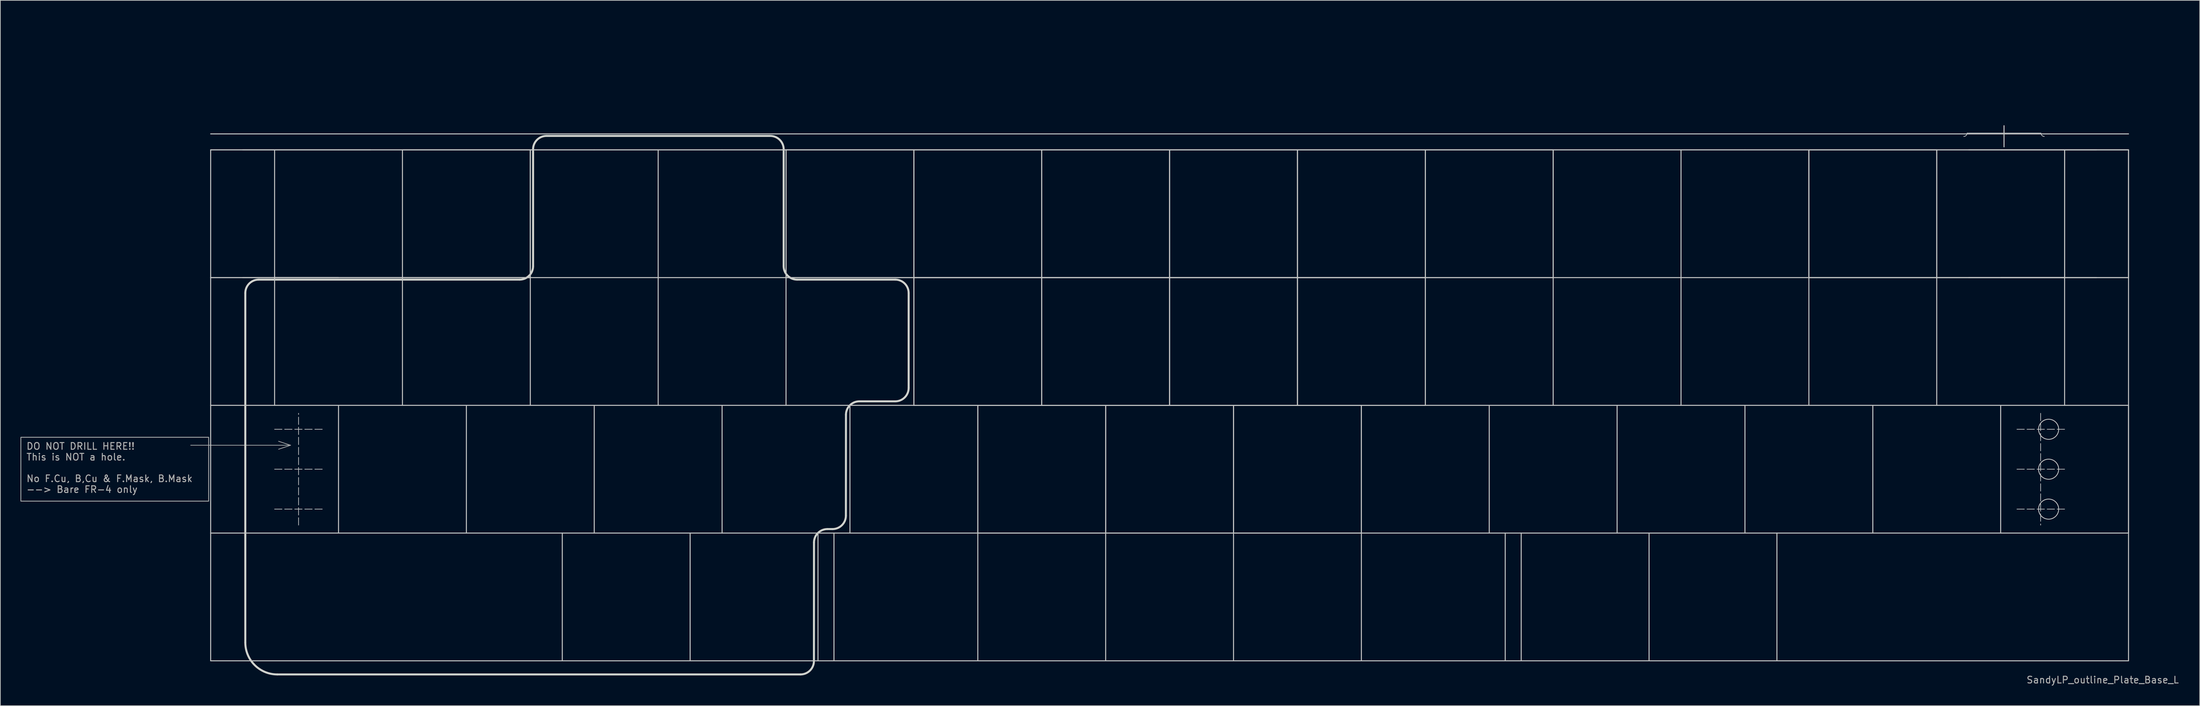
<source format=kicad_pcb>
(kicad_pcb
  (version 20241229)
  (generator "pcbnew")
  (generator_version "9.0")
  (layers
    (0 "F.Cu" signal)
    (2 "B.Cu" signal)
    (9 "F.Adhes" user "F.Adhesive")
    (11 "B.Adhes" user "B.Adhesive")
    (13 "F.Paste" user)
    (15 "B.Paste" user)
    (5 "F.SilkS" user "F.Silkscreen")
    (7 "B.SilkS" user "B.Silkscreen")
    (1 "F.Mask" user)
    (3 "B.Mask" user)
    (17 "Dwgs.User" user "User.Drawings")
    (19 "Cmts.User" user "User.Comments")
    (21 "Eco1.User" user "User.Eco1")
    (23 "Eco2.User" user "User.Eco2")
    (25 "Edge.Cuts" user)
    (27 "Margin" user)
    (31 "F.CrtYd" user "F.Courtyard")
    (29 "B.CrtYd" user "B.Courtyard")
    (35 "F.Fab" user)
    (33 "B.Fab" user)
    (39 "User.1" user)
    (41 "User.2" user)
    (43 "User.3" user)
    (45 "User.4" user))
  (footprint "SandyLP_outline_Plate_Base_L"
    (layer "F.Cu")
    (at 28.338 0.25)
    (property "Reference" "SandyLP_outline_Plate_Base_L" (at 281.9 98.1 0) (layer "F.Fab") (effects (font (size 1 1) (thickness 0.15))))
    (attr through_hole)
    (fp_rect (start 15.478 60.722) (end 13.097 72.628) (stroke (width 0.12) (type solid)) (fill yes) (layer "F.Mask"))
    (fp_circle (center 14.287 60.722) (end 13.097 60.722) (stroke (width 0.1) (type solid)) (fill yes) (layer "F.Mask"))
    (fp_circle (center 14.287 72.628) (end 13.097 72.628) (stroke (width 0.1) (type solid)) (fill yes) (layer "F.Mask"))
    (fp_rect (start 15.478 60.722) (end 13.097 72.628) (stroke (width 0.12) (type solid)) (fill yes) (layer "B.Mask"))
    (fp_circle (center 14.287 60.722) (end 13.097 60.722) (stroke (width 0.1) (type solid)) (fill yes) (layer "B.Mask"))
    (fp_circle (center 14.287 72.628) (end 13.097 72.628) (stroke (width 0.1) (type solid)) (fill yes) (layer "B.Mask"))
    (fp_line (start 0 16.669) (end 285.75 16.669) (stroke (width 0.15) (type solid)) (layer "Dwgs.User"))
    (fp_line (start 0 19.05) (end 0 38.1) (stroke (width 0.15) (type solid)) (layer "Dwgs.User"))
    (fp_line (start 0 19.05) (end 19.05 19.05) (stroke (width 0.15) (type solid)) (layer "Dwgs.User"))
    (fp_line (start 0 19.05) (end 285.75 19.05) (stroke (width 0.15) (type solid)) (layer "Dwgs.User"))
    (fp_line (start 0 38.1) (end 0 57.15) (stroke (width 0.15) (type solid)) (layer "Dwgs.User"))
    (fp_line (start 0 38.1) (end 19.05 38.1) (stroke (width 0.15) (type solid)) (layer "Dwgs.User"))
    (fp_line (start 0 38.1) (end 19.05 38.1) (stroke (width 0.15) (type solid)) (layer "Dwgs.User"))
    (fp_line (start 0 57.15) (end 0 76.2) (stroke (width 0.15) (type solid)) (layer "Dwgs.User"))
    (fp_line (start 0 95.25) (end 0 76.2) (stroke (width 0.15) (type solid)) (layer "Dwgs.User"))
    (fp_line (start 4.763 38.1) (end 28.575 38.1) (stroke (width 0.15) (type solid)) (layer "Dwgs.User"))
    (fp_line (start 9.525 38.1) (end 9.525 19.05) (stroke (width 0.15) (type solid)) (layer "Dwgs.User"))
    (fp_line (start 9.525 38.1) (end 9.525 57.15) (stroke (width 0.15) (type solid)) (layer "Dwgs.User"))
    (fp_line (start 9.525 38.1) (end 28.575 38.1) (stroke (width 0.15) (type solid)) (layer "Dwgs.User"))
    (fp_line (start 9.525 60.722) (end 16.669 60.722) (stroke (width 0.1) (type dash)) (layer "Dwgs.User"))
    (fp_line (start 9.525 66.675) (end 16.669 66.675) (stroke (width 0.1) (type dash)) (layer "Dwgs.User"))
    (fp_line (start 9.525 72.628) (end 16.669 72.628) (stroke (width 0.1) (type dash)) (layer "Dwgs.User"))
    (fp_line (start 13.097 75.009) (end 13.097 58.341) (stroke (width 0.1) (type dash)) (layer "Dwgs.User"))
    (fp_line (start 19.05 19.05) (end 38.1 19.05) (stroke (width 0.15) (type solid)) (layer "Dwgs.User"))
    (fp_line (start 19.05 57.15) (end 19.05 76.2) (stroke (width 0.15) (type solid)) (layer "Dwgs.User"))
    (fp_line (start 23.812 19.05) (end 4.763 19.05) (stroke (width 0.15) (type solid)) (layer "Dwgs.User"))
    (fp_line (start 28.575 19.05) (end 28.575 38.1) (stroke (width 0.15) (type solid)) (layer "Dwgs.User"))
    (fp_line (start 28.575 38.1) (end 9.525 38.1) (stroke (width 0.15) (type solid)) (layer "Dwgs.User"))
    (fp_line (start 28.575 38.1) (end 28.575 57.15) (stroke (width 0.15) (type solid)) (layer "Dwgs.User"))
    (fp_line (start 28.575 38.1) (end 47.625 38.1) (stroke (width 0.15) (type solid)) (layer "Dwgs.User"))
    (fp_line (start 28.575 38.1) (end 47.625 38.1) (stroke (width 0.15) (type solid)) (layer "Dwgs.User"))
    (fp_line (start 38.1 19.05) (end 57.15 19.05) (stroke (width 0.15) (type solid)) (layer "Dwgs.User"))
    (fp_line (start 38.1 57.15) (end 38.1 76.2) (stroke (width 0.15) (type solid)) (layer "Dwgs.User"))
    (fp_line (start 47.625 19.05) (end 28.575 19.05) (stroke (width 0.15) (type solid)) (layer "Dwgs.User"))
    (fp_line (start 47.625 19.05) (end 47.625 38.1) (stroke (width 0.15) (type solid)) (layer "Dwgs.User"))
    (fp_line (start 47.625 38.1) (end 28.575 38.1) (stroke (width 0.15) (type solid)) (layer "Dwgs.User"))
    (fp_line (start 47.625 38.1) (end 47.625 19.05) (stroke (width 0.15) (type solid)) (layer "Dwgs.User"))
    (fp_line (start 47.625 38.1) (end 47.625 19.05) (stroke (width 0.15) (type solid)) (layer "Dwgs.User"))
    (fp_line (start 47.625 38.1) (end 47.625 57.15) (stroke (width 0.15) (type solid)) (layer "Dwgs.User"))
    (fp_line (start 52.388 76.2) (end 52.388 95.25) (stroke (width 0.15) (type solid)) (layer "Dwgs.User"))
    (fp_line (start 57.15 19.05) (end 76.2 19.05) (stroke (width 0.15) (type solid)) (layer "Dwgs.User"))
    (fp_line (start 57.15 57.15) (end 57.15 76.2) (stroke (width 0.15) (type solid)) (layer "Dwgs.User"))
    (fp_line (start 66.675 19.05) (end 66.675 38.1) (stroke (width 0.15) (type solid)) (layer "Dwgs.User"))
    (fp_line (start 66.675 38.1) (end 66.675 57.15) (stroke (width 0.15) (type solid)) (layer "Dwgs.User"))
    (fp_line (start 71.438 76.2) (end 71.438 95.25) (stroke (width 0.15) (type solid)) (layer "Dwgs.User"))
    (fp_line (start 76.2 19.05) (end 95.25 19.05) (stroke (width 0.15) (type solid)) (layer "Dwgs.User"))
    (fp_line (start 76.2 57.15) (end 76.2 76.2) (stroke (width 0.15) (type solid)) (layer "Dwgs.User"))
    (fp_line (start 85.725 19.05) (end 85.725 38.1) (stroke (width 0.15) (type solid)) (layer "Dwgs.User"))
    (fp_line (start 85.725 19.05) (end 85.725 38.1) (stroke (width 0.15) (type solid)) (layer "Dwgs.User"))
    (fp_line (start 85.725 38.1) (end 47.625 38.1) (stroke (width 0.15) (type solid)) (layer "Dwgs.User"))
    (fp_line (start 85.725 38.1) (end 85.725 57.15) (stroke (width 0.15) (type solid)) (layer "Dwgs.User"))
    (fp_line (start 85.725 38.1) (end 104.775 38.1) (stroke (width 0.15) (type solid)) (layer "Dwgs.User"))
    (fp_line (start 85.725 38.1) (end 104.775 38.1) (stroke (width 0.15) (type solid)) (layer "Dwgs.User"))
    (fp_line (start 90.487 76.2) (end 90.487 95.25) (stroke (width 0.15) (type solid)) (layer "Dwgs.User"))
    (fp_line (start 92.869 76.2) (end 92.869 95.25) (stroke (width 0.15) (type solid)) (layer "Dwgs.User"))
    (fp_line (start 95.25 19.05) (end 114.3 19.05) (stroke (width 0.15) (type solid)) (layer "Dwgs.User"))
    (fp_line (start 95.25 57.15) (end 95.25 76.2) (stroke (width 0.15) (type solid)) (layer "Dwgs.User"))
    (fp_line (start 104.775 19.05) (end 85.725 19.05) (stroke (width 0.15) (type solid)) (layer "Dwgs.User"))
    (fp_line (start 104.775 19.05) (end 104.775 38.1) (stroke (width 0.15) (type solid)) (layer "Dwgs.User"))
    (fp_line (start 104.775 19.05) (end 104.775 38.1) (stroke (width 0.15) (type solid)) (layer "Dwgs.User"))
    (fp_line (start 104.775 38.1) (end 104.775 19.05) (stroke (width 0.15) (type solid)) (layer "Dwgs.User"))
    (fp_line (start 104.775 38.1) (end 104.775 57.15) (stroke (width 0.15) (type solid)) (layer "Dwgs.User"))
    (fp_line (start 104.775 38.1) (end 104.775 57.15) (stroke (width 0.15) (type solid)) (layer "Dwgs.User"))
    (fp_line (start 104.775 38.1) (end 123.825 38.1) (stroke (width 0.15) (type solid)) (layer "Dwgs.User"))
    (fp_line (start 104.775 38.1) (end 123.825 38.1) (stroke (width 0.15) (type solid)) (layer "Dwgs.User"))
    (fp_line (start 104.775 57.15) (end 0 57.15) (stroke (width 0.15) (type solid)) (layer "Dwgs.User"))
    (fp_line (start 104.775 57.15) (end 123.825 57.15) (stroke (width 0.15) (type solid)) (layer "Dwgs.User"))
    (fp_line (start 104.775 57.15) (end 123.825 57.15) (stroke (width 0.15) (type solid)) (layer "Dwgs.User"))
    (fp_line (start 114.3 19.05) (end 133.35 19.05) (stroke (width 0.15) (type solid)) (layer "Dwgs.User"))
    (fp_line (start 114.3 57.15) (end 114.3 76.2) (stroke (width 0.15) (type solid)) (layer "Dwgs.User"))
    (fp_line (start 114.3 57.15) (end 114.3 76.2) (stroke (width 0.15) (type solid)) (layer "Dwgs.User"))
    (fp_line (start 114.3 76.2) (end 0 76.2) (stroke (width 0.15) (type solid)) (layer "Dwgs.User"))
    (fp_line (start 114.3 76.2) (end 114.3 95.25) (stroke (width 0.15) (type solid)) (layer "Dwgs.User"))
    (fp_line (start 114.3 76.2) (end 133.35 76.2) (stroke (width 0.15) (type solid)) (layer "Dwgs.User"))
    (fp_line (start 114.3 76.2) (end 133.35 76.2) (stroke (width 0.15) (type solid)) (layer "Dwgs.User"))
    (fp_line (start 123.825 19.05) (end 104.775 19.05) (stroke (width 0.15) (type solid)) (layer "Dwgs.User"))
    (fp_line (start 123.825 19.05) (end 123.825 38.1) (stroke (width 0.15) (type solid)) (layer "Dwgs.User"))
    (fp_line (start 123.825 38.1) (end 104.775 38.1) (stroke (width 0.15) (type solid)) (layer "Dwgs.User"))
    (fp_line (start 123.825 38.1) (end 104.775 38.1) (stroke (width 0.15) (type solid)) (layer "Dwgs.User"))
    (fp_line (start 123.825 38.1) (end 123.825 19.05) (stroke (width 0.15) (type solid)) (layer "Dwgs.User"))
    (fp_line (start 123.825 38.1) (end 123.825 19.05) (stroke (width 0.15) (type solid)) (layer "Dwgs.User"))
    (fp_line (start 123.825 38.1) (end 123.825 57.15) (stroke (width 0.15) (type solid)) (layer "Dwgs.User"))
    (fp_line (start 123.825 38.1) (end 142.875 38.1) (stroke (width 0.15) (type solid)) (layer "Dwgs.User"))
    (fp_line (start 123.825 38.1) (end 142.875 38.1) (stroke (width 0.15) (type solid)) (layer "Dwgs.User"))
    (fp_line (start 123.825 57.15) (end 123.825 38.1) (stroke (width 0.15) (type solid)) (layer "Dwgs.User"))
    (fp_line (start 123.825 57.15) (end 123.825 38.1) (stroke (width 0.15) (type solid)) (layer "Dwgs.User"))
    (fp_line (start 123.825 57.15) (end 142.875 57.15) (stroke (width 0.15) (type solid)) (layer "Dwgs.User"))
    (fp_line (start 123.825 57.15) (end 142.875 57.15) (stroke (width 0.15) (type solid)) (layer "Dwgs.User"))
    (fp_line (start 133.35 19.05) (end 152.4 19.05) (stroke (width 0.15) (type solid)) (layer "Dwgs.User"))
    (fp_line (start 133.35 57.15) (end 114.3 57.15) (stroke (width 0.15) (type solid)) (layer "Dwgs.User"))
    (fp_line (start 133.35 57.15) (end 114.3 57.15) (stroke (width 0.15) (type solid)) (layer "Dwgs.User"))
    (fp_line (start 133.35 57.15) (end 133.35 76.2) (stroke (width 0.15) (type solid)) (layer "Dwgs.User"))
    (fp_line (start 133.35 76.2) (end 133.35 57.15) (stroke (width 0.15) (type solid)) (layer "Dwgs.User"))
    (fp_line (start 133.35 76.2) (end 133.35 57.15) (stroke (width 0.15) (type solid)) (layer "Dwgs.User"))
    (fp_line (start 133.35 76.2) (end 133.35 95.25) (stroke (width 0.15) (type solid)) (layer "Dwgs.User"))
    (fp_line (start 133.35 76.2) (end 152.4 76.2) (stroke (width 0.15) (type solid)) (layer "Dwgs.User"))
    (fp_line (start 133.35 76.2) (end 152.4 76.2) (stroke (width 0.15) (type solid)) (layer "Dwgs.User"))
    (fp_line (start 142.875 19.05) (end 123.825 19.05) (stroke (width 0.15) (type solid)) (layer "Dwgs.User"))
    (fp_line (start 142.875 19.05) (end 142.875 38.1) (stroke (width 0.15) (type solid)) (layer "Dwgs.User"))
    (fp_line (start 142.875 19.05) (end 142.875 38.1) (stroke (width 0.15) (type solid)) (layer "Dwgs.User"))
    (fp_line (start 142.875 38.1) (end 123.825 38.1) (stroke (width 0.15) (type solid)) (layer "Dwgs.User"))
    (fp_line (start 142.875 38.1) (end 123.825 38.1) (stroke (width 0.15) (type solid)) (layer "Dwgs.User"))
    (fp_line (start 142.875 38.1) (end 142.875 19.05) (stroke (width 0.15) (type solid)) (layer "Dwgs.User"))
    (fp_line (start 142.875 38.1) (end 142.875 57.15) (stroke (width 0.15) (type solid)) (layer "Dwgs.User"))
    (fp_line (start 142.875 38.1) (end 161.925 38.1) (stroke (width 0.15) (type solid)) (layer "Dwgs.User"))
    (fp_line (start 142.875 38.1) (end 161.925 38.1) (stroke (width 0.15) (type solid)) (layer "Dwgs.User"))
    (fp_line (start 142.875 57.15) (end 142.875 38.1) (stroke (width 0.15) (type solid)) (layer "Dwgs.User"))
    (fp_line (start 142.875 57.15) (end 142.875 38.1) (stroke (width 0.15) (type solid)) (layer "Dwgs.User"))
    (fp_line (start 142.875 57.15) (end 161.925 57.15) (stroke (width 0.15) (type solid)) (layer "Dwgs.User"))
    (fp_line (start 142.875 57.15) (end 161.925 57.15) (stroke (width 0.15) (type solid)) (layer "Dwgs.User"))
    (fp_line (start 152.4 19.05) (end 171.45 19.05) (stroke (width 0.15) (type solid)) (layer "Dwgs.User"))
    (fp_line (start 152.4 57.15) (end 133.35 57.15) (stroke (width 0.15) (type solid)) (layer "Dwgs.User"))
    (fp_line (start 152.4 57.15) (end 133.35 57.15) (stroke (width 0.15) (type solid)) (layer "Dwgs.User"))
    (fp_line (start 152.4 57.15) (end 152.4 76.2) (stroke (width 0.15) (type solid)) (layer "Dwgs.User"))
    (fp_line (start 152.4 76.2) (end 152.4 57.15) (stroke (width 0.15) (type solid)) (layer "Dwgs.User"))
    (fp_line (start 152.4 76.2) (end 152.4 57.15) (stroke (width 0.15) (type solid)) (layer "Dwgs.User"))
    (fp_line (start 152.4 76.2) (end 152.4 95.25) (stroke (width 0.15) (type solid)) (layer "Dwgs.User"))
    (fp_line (start 152.4 76.2) (end 171.45 76.2) (stroke (width 0.15) (type solid)) (layer "Dwgs.User"))
    (fp_line (start 152.4 76.2) (end 171.45 76.2) (stroke (width 0.15) (type solid)) (layer "Dwgs.User"))
    (fp_line (start 161.925 19.05) (end 142.875 19.05) (stroke (width 0.15) (type solid)) (layer "Dwgs.User"))
    (fp_line (start 161.925 19.05) (end 161.925 38.1) (stroke (width 0.15) (type solid)) (layer "Dwgs.User"))
    (fp_line (start 161.925 19.05) (end 161.925 38.1) (stroke (width 0.15) (type solid)) (layer "Dwgs.User"))
    (fp_line (start 161.925 38.1) (end 142.875 38.1) (stroke (width 0.15) (type solid)) (layer "Dwgs.User"))
    (fp_line (start 161.925 38.1) (end 142.875 38.1) (stroke (width 0.15) (type solid)) (layer "Dwgs.User"))
    (fp_line (start 161.925 38.1) (end 161.925 19.05) (stroke (width 0.15) (type solid)) (layer "Dwgs.User"))
    (fp_line (start 161.925 38.1) (end 161.925 57.15) (stroke (width 0.15) (type solid)) (layer "Dwgs.User"))
    (fp_line (start 161.925 38.1) (end 180.975 38.1) (stroke (width 0.15) (type solid)) (layer "Dwgs.User"))
    (fp_line (start 161.925 38.1) (end 180.975 38.1) (stroke (width 0.15) (type solid)) (layer "Dwgs.User"))
    (fp_line (start 161.925 57.15) (end 161.925 38.1) (stroke (width 0.15) (type solid)) (layer "Dwgs.User"))
    (fp_line (start 161.925 57.15) (end 161.925 38.1) (stroke (width 0.15) (type solid)) (layer "Dwgs.User"))
    (fp_line (start 161.925 57.15) (end 180.975 57.15) (stroke (width 0.15) (type solid)) (layer "Dwgs.User"))
    (fp_line (start 161.925 57.15) (end 180.975 57.15) (stroke (width 0.15) (type solid)) (layer "Dwgs.User"))
    (fp_line (start 171.45 19.05) (end 190.5 19.05) (stroke (width 0.15) (type solid)) (layer "Dwgs.User"))
    (fp_line (start 171.45 57.15) (end 152.4 57.15) (stroke (width 0.15) (type solid)) (layer "Dwgs.User"))
    (fp_line (start 171.45 57.15) (end 152.4 57.15) (stroke (width 0.15) (type solid)) (layer "Dwgs.User"))
    (fp_line (start 171.45 76.2) (end 152.4 76.2) (stroke (width 0.15) (type solid)) (layer "Dwgs.User"))
    (fp_line (start 171.45 76.2) (end 171.45 57.15) (stroke (width 0.15) (type solid)) (layer "Dwgs.User"))
    (fp_line (start 171.45 76.2) (end 171.45 57.15) (stroke (width 0.15) (type solid)) (layer "Dwgs.User"))
    (fp_line (start 171.45 76.2) (end 171.45 95.25) (stroke (width 0.15) (type solid)) (layer "Dwgs.User"))
    (fp_line (start 171.45 76.2) (end 285.75 76.2) (stroke (width 0.15) (type solid)) (layer "Dwgs.User"))
    (fp_line (start 180.975 19.05) (end 161.925 19.05) (stroke (width 0.15) (type solid)) (layer "Dwgs.User"))
    (fp_line (start 180.975 19.05) (end 180.975 38.1) (stroke (width 0.15) (type solid)) (layer "Dwgs.User"))
    (fp_line (start 180.975 38.1) (end 161.925 38.1) (stroke (width 0.15) (type solid)) (layer "Dwgs.User"))
    (fp_line (start 180.975 38.1) (end 161.925 38.1) (stroke (width 0.15) (type solid)) (layer "Dwgs.User"))
    (fp_line (start 180.975 38.1) (end 180.975 19.05) (stroke (width 0.15) (type solid)) (layer "Dwgs.User"))
    (fp_line (start 180.975 38.1) (end 180.975 19.05) (stroke (width 0.15) (type solid)) (layer "Dwgs.User"))
    (fp_line (start 180.975 38.1) (end 200.025 38.1) (stroke (width 0.15) (type solid)) (layer "Dwgs.User"))
    (fp_line (start 180.975 38.1) (end 200.025 38.1) (stroke (width 0.15) (type solid)) (layer "Dwgs.User"))
    (fp_line (start 180.975 57.15) (end 180.975 38.1) (stroke (width 0.15) (type solid)) (layer "Dwgs.User"))
    (fp_line (start 180.975 57.15) (end 180.975 38.1) (stroke (width 0.15) (type solid)) (layer "Dwgs.User"))
    (fp_line (start 190.5 19.05) (end 209.55 19.05) (stroke (width 0.15) (type solid)) (layer "Dwgs.User"))
    (fp_line (start 190.5 57.15) (end 190.5 76.2) (stroke (width 0.15) (type solid)) (layer "Dwgs.User"))
    (fp_line (start 192.881 76.2) (end 192.881 95.25) (stroke (width 0.15) (type solid)) (layer "Dwgs.User"))
    (fp_line (start 195.262 76.2) (end 195.262 95.25) (stroke (width 0.15) (type solid)) (layer "Dwgs.User"))
    (fp_line (start 200.025 19.05) (end 180.975 19.05) (stroke (width 0.15) (type solid)) (layer "Dwgs.User"))
    (fp_line (start 200.025 38.1) (end 200.025 19.05) (stroke (width 0.15) (type solid)) (layer "Dwgs.User"))
    (fp_line (start 200.025 38.1) (end 200.025 19.05) (stroke (width 0.15) (type solid)) (layer "Dwgs.User"))
    (fp_line (start 200.025 38.1) (end 200.025 57.15) (stroke (width 0.15) (type solid)) (layer "Dwgs.User"))
    (fp_line (start 209.55 19.05) (end 228.6 19.05) (stroke (width 0.15) (type solid)) (layer "Dwgs.User"))
    (fp_line (start 209.55 57.15) (end 209.55 76.2) (stroke (width 0.15) (type solid)) (layer "Dwgs.User"))
    (fp_line (start 214.312 76.2) (end 214.312 95.25) (stroke (width 0.15) (type solid)) (layer "Dwgs.User"))
    (fp_line (start 219.075 19.05) (end 219.075 38.1) (stroke (width 0.15) (type solid)) (layer "Dwgs.User"))
    (fp_line (start 219.075 38.1) (end 219.075 57.15) (stroke (width 0.15) (type solid)) (layer "Dwgs.User"))
    (fp_line (start 228.6 19.05) (end 247.65 19.05) (stroke (width 0.15) (type solid)) (layer "Dwgs.User"))
    (fp_line (start 228.6 57.15) (end 228.6 76.2) (stroke (width 0.15) (type solid)) (layer "Dwgs.User"))
    (fp_line (start 233.363 76.2) (end 233.363 95.25) (stroke (width 0.15) (type solid)) (layer "Dwgs.User"))
    (fp_line (start 238.125 19.05) (end 238.125 38.1) (stroke (width 0.15) (type solid)) (layer "Dwgs.User"))
    (fp_line (start 238.125 19.05) (end 238.125 38.1) (stroke (width 0.15) (type solid)) (layer "Dwgs.User"))
    (fp_line (start 238.125 19.05) (end 238.125 38.1) (stroke (width 0.15) (type solid)) (layer "Dwgs.User"))
    (fp_line (start 238.125 38.1) (end 200.025 38.1) (stroke (width 0.15) (type solid)) (layer "Dwgs.User"))
    (fp_line (start 238.125 38.1) (end 238.125 57.15) (stroke (width 0.15) (type solid)) (layer "Dwgs.User"))
    (fp_line (start 238.125 38.1) (end 257.175 38.1) (stroke (width 0.15) (type solid)) (layer "Dwgs.User"))
    (fp_line (start 238.125 38.1) (end 257.175 38.1) (stroke (width 0.15) (type solid)) (layer "Dwgs.User"))
    (fp_line (start 238.125 38.1) (end 257.175 38.1) (stroke (width 0.15) (type solid)) (layer "Dwgs.User"))
    (fp_line (start 247.65 19.05) (end 266.7 19.05) (stroke (width 0.15) (type solid)) (layer "Dwgs.User"))
    (fp_line (start 247.65 57.15) (end 247.65 76.2) (stroke (width 0.15) (type solid)) (layer "Dwgs.User"))
    (fp_line (start 257.175 19.05) (end 238.125 19.05) (stroke (width 0.15) (type solid)) (layer "Dwgs.User"))
    (fp_line (start 257.175 38.1) (end 257.175 19.05) (stroke (width 0.15) (type solid)) (layer "Dwgs.User"))
    (fp_line (start 257.175 38.1) (end 257.175 19.05) (stroke (width 0.15) (type solid)) (layer "Dwgs.User"))
    (fp_line (start 257.175 38.1) (end 257.175 57.15) (stroke (width 0.15) (type solid)) (layer "Dwgs.User"))
    (fp_line (start 257.175 38.1) (end 276.225 38.1) (stroke (width 0.15) (type solid)) (layer "Dwgs.User"))
    (fp_line (start 257.175 38.1) (end 276.225 38.1) (stroke (width 0.15) (type solid)) (layer "Dwgs.User"))
    (fp_line (start 257.175 38.1) (end 276.225 38.1) (stroke (width 0.15) (type solid)) (layer "Dwgs.User"))
    (fp_line (start 261.938 38.1) (end 280.988 38.1) (stroke (width 0.15) (type solid)) (layer "Dwgs.User"))
    (fp_line (start 266.7 19.05) (end 285.75 19.05) (stroke (width 0.15) (type solid)) (layer "Dwgs.User"))
    (fp_line (start 266.7 19.05) (end 285.75 19.05) (stroke (width 0.15) (type solid)) (layer "Dwgs.User"))
    (fp_line (start 266.7 38.1) (end 285.75 38.1) (stroke (width 0.15) (type solid)) (layer "Dwgs.User"))
    (fp_line (start 266.7 57.15) (end 266.7 76.2) (stroke (width 0.15) (type solid)) (layer "Dwgs.User"))
    (fp_line (start 267.2 15.45) (end 267.2 18.6) (stroke (width 0.15) (type solid)) (layer "Dwgs.User"))
    (fp_line (start 272.653 58.341) (end 272.653 75.009) (stroke (width 0.1) (type dash)) (layer "Dwgs.User"))
    (fp_line (start 272.7 16.55) (end 261.7 16.55) (stroke (width 0.1) (type solid)) (layer "Dwgs.User"))
    (fp_line (start 276.225 38.1) (end 276.225 19.05) (stroke (width 0.15) (type solid)) (layer "Dwgs.User"))
    (fp_line (start 276.225 38.1) (end 276.225 19.05) (stroke (width 0.15) (type solid)) (layer "Dwgs.User"))
    (fp_line (start 276.225 38.1) (end 276.225 57.15) (stroke (width 0.15) (type solid)) (layer "Dwgs.User"))
    (fp_line (start 276.225 60.722) (end 269.081 60.722) (stroke (width 0.1) (type dash)) (layer "Dwgs.User"))
    (fp_line (start 276.225 66.675) (end 269.081 66.675) (stroke (width 0.1) (type dash)) (layer "Dwgs.User"))
    (fp_line (start 276.225 72.628) (end 269.081 72.628) (stroke (width 0.1) (type dash)) (layer "Dwgs.User"))
    (fp_line (start 280.988 19.05) (end 261.938 19.05) (stroke (width 0.15) (type solid)) (layer "Dwgs.User"))
    (fp_line (start 285.75 19.05) (end 285.75 38.1) (stroke (width 0.15) (type solid)) (layer "Dwgs.User"))
    (fp_line (start 285.75 19.05) (end 285.75 38.1) (stroke (width 0.15) (type solid)) (layer "Dwgs.User"))
    (fp_line (start 285.75 38.1) (end 266.7 38.1) (stroke (width 0.15) (type solid)) (layer "Dwgs.User"))
    (fp_line (start 285.75 57.15) (end 180.975 57.15) (stroke (width 0.15) (type solid)) (layer "Dwgs.User"))
    (fp_line (start 285.75 57.15) (end 285.75 38.1) (stroke (width 0.15) (type solid)) (layer "Dwgs.User"))
    (fp_line (start 285.75 76.2) (end 285.75 57.15) (stroke (width 0.15) (type solid)) (layer "Dwgs.User"))
    (fp_line (start 285.75 76.2) (end 285.75 57.15) (stroke (width 0.15) (type solid)) (layer "Dwgs.User"))
    (fp_line (start 285.75 76.2) (end 285.75 95.25) (stroke (width 0.15) (type solid)) (layer "Dwgs.User"))
    (fp_line (start 285.75 95.25) (end 0 95.25) (stroke (width 0.15) (type solid)) (layer "Dwgs.User"))
    (fp_arc (start 261.7 16.55) (mid 261.553553 16.903553) (end 261.2 17.05) (stroke (width 0.1) (type solid)) (layer "Dwgs.User"))
    (fp_arc (start 273.2 17.05) (mid 272.846447 16.903553) (end 272.7 16.55) (stroke (width 0.1) (type solid)) (layer "Dwgs.User"))
    (fp_circle (center 273.844 60.722) (end 272.344 60.722) (stroke (width 0.12) (type default)) (fill no) (layer "Dwgs.User"))
    (fp_circle (center 273.844 66.675) (end 272.344 66.675) (stroke (width 0.12) (type default)) (fill no) (layer "Dwgs.User"))
    (fp_circle (center 273.844 72.628) (end 272.344 72.628) (stroke (width 0.12) (type default)) (fill no) (layer "Dwgs.User"))
    (fp_arc (start 199.41 35.54996) (mid 198.824228 36.964199) (end 197.41 37.54996) (stroke (width 0.3) (type solid)) (layer "Eco1.User"))
    (fp_line (start 5.013 35.786) (end 5.013 21.731) (stroke (width 0.3) (type solid)) (layer "Eco2.User"))
    (fp_line (start 7.013 37.786) (end 45.3 37.8) (stroke (width 0.3) (type solid)) (layer "Eco2.User"))
    (fp_line (start 9.775 16.969) (end 45.31 16.969) (stroke (width 0.3) (type solid)) (layer "Eco2.User"))
    (fp_line (start 47.3 35.8) (end 47.31 18.969) (stroke (width 0.3) (type solid)) (layer "Eco2.User"))
    (fp_line (start 86.32 35.462) (end 86.32 18.969) (stroke (width 0.3) (type solid)) (layer "Eco2.User"))
    (fp_line (start 88.32 16.969) (end 197.41 16.969) (stroke (width 0.3) (type solid)) (layer "Eco2.User"))
    (fp_line (start 91.083 78.795) (end 91.083 95.281) (stroke (width 0.3) (type solid)) (layer "Eco2.User"))
    (fp_line (start 93.083 97.281) (end 192.667 97.281) (stroke (width 0.3) (type solid)) (layer "Eco2.User"))
    (fp_line (start 93.083 76.795) (end 93.845 76.795) (stroke (width 0.3) (type solid)) (layer "Eco2.User"))
    (fp_line (start 95.845 59.45) (end 95.845 74.795) (stroke (width 0.3) (type solid)) (layer "Eco2.User"))
    (fp_line (start 97.845 57.45) (end 111.522 57.45) (stroke (width 0.3) (type solid)) (layer "Eco2.User"))
    (fp_line (start 103.4 37.472) (end 88.32 37.462) (stroke (width 0.3) (type solid)) (layer "Eco2.User"))
    (fp_line (start 105.4 54.479) (end 105.4 39.472) (stroke (width 0.3) (type solid)) (layer "Eco2.User"))
    (fp_line (start 112.9 56.489) (end 107.4 56.479) (stroke (width 0.3) (type solid)) (layer "Eco2.User"))
    (fp_line (start 113.522 59.45) (end 113.522 74.2) (stroke (width 0.3) (type solid)) (layer "Eco2.User"))
    (fp_line (start 114.9 73.621) (end 114.9 58.489) (stroke (width 0.3) (type solid)) (layer "Eco2.User"))
    (fp_line (start 115.522 76.2) (end 170.278 76.2) (stroke (width 0.3) (type solid)) (layer "Eco2.User"))
    (fp_line (start 168.825 75.625) (end 116.9 75.621) (stroke (width 0.3) (type solid)) (layer "Eco2.User"))
    (fp_line (start 170.825 73.625) (end 170.825 58.55) (stroke (width 0.3) (type solid)) (layer "Eco2.User"))
    (fp_line (start 172.278 59.45) (end 172.278 74.2) (stroke (width 0.3) (type solid)) (layer "Eco2.User"))
    (fp_line (start 178.35 56.55) (end 172.825 56.55) (stroke (width 0.3) (type solid)) (layer "Eco2.User"))
    (fp_line (start 180.35 54.55) (end 180.35 39.55) (stroke (width 0.3) (type solid)) (layer "Eco2.User"))
    (fp_line (start 187.905 57.45) (end 174.278 57.45) (stroke (width 0.3) (type solid)) (layer "Eco2.User"))
    (fp_line (start 189.905 59.45) (end 189.905 74.795) (stroke (width 0.3) (type solid)) (layer "Eco2.User"))
    (fp_line (start 192.667 76.795) (end 191.905 76.795) (stroke (width 0.3) (type solid)) (layer "Eco2.User"))
    (fp_line (start 194.667 78.795) (end 194.667 95.281) (stroke (width 0.3) (type solid)) (layer "Eco2.User"))
    (fp_line (start 197.41 37.55) (end 182.35 37.55) (stroke (width 0.3) (type solid)) (layer "Eco2.User"))
    (fp_line (start 199.41 35.55) (end 199.41 18.969) (stroke (width 0.3) (type solid)) (layer "Eco2.User"))
    (fp_line (start 238.45 35.8) (end 238.44 18.969) (stroke (width 0.3) (type solid)) (layer "Eco2.User"))
    (fp_line (start 275.975 16.969) (end 240.44 16.969) (stroke (width 0.3) (type solid)) (layer "Eco2.User"))
    (fp_line (start 278.738 37.786) (end 240.45 37.8) (stroke (width 0.3) (type solid)) (layer "Eco2.User"))
    (fp_line (start 280.738 35.786) (end 280.738 21.731) (stroke (width 0.3) (type solid)) (layer "Eco2.User"))
    (fp_arc (start 5.0125 21.73121) (mid 6.4074 18.363607) (end 9.775 16.96871) (stroke (width 0.3) (type default)) (layer "Eco2.User"))
    (fp_arc (start 7.0125 37.785786) (mid 5.598291 37.199999) (end 5.0125 35.785786) (stroke (width 0.3) (type solid)) (layer "Eco2.User"))
    (fp_arc (start 45.31 16.96871) (mid 46.72421 17.554497) (end 47.31 18.96871) (stroke (width 0.3) (type solid)) (layer "Eco2.User"))
    (fp_arc (start 47.3 35.8) (mid 46.714214 37.214214) (end 45.3 37.8) (stroke (width 0.3) (type solid)) (layer "Eco2.User"))
    (fp_arc (start 86.32 18.96871) (mid 86.905783 17.55449) (end 88.32 16.96871) (stroke (width 0.3) (type solid)) (layer "Eco2.User"))
    (fp_arc (start 88.32 37.461532) (mid 86.905804 36.875718) (end 86.32 35.461532) (stroke (width 0.3) (type solid)) (layer "Eco2.User"))
    (fp_arc (start 91.082811 78.795313) (mid 91.668623 77.381124) (end 93.082811 76.795313) (stroke (width 0.3) (type solid)) (layer "Eco2.User"))
    (fp_arc (start 93.082649 97.28121) (mid 91.668436 96.695435) (end 91.082649 95.28121) (stroke (width 0.3) (type solid)) (layer "Eco2.User"))
    (fp_arc (start 95.845311 59.449896) (mid 96.431129 58.035718) (end 97.845311 57.449896) (stroke (width 0.3) (type solid)) (layer "Eco2.User"))
    (fp_arc (start 95.845311 74.795313) (mid 95.259491 76.209493) (end 93.845311 76.795313) (stroke (width 0.3) (type solid)) (layer "Eco2.User"))
    (fp_arc (start 103.4 37.471532) (mid 104.814232 38.057291) (end 105.4 39.471532) (stroke (width 0.3) (type solid)) (layer "Eco2.User"))
    (fp_arc (start 107.4 56.479174) (mid 105.985766 55.893415) (end 105.4 54.479174) (stroke (width 0.3) (type solid)) (layer "Eco2.User"))
    (fp_arc (start 111.521875 57.44996) (mid 112.93609 58.035764) (end 113.521875 59.44996) (stroke (width 0.3) (type solid)) (layer "Eco2.User"))
    (fp_arc (start 112.9 56.489174) (mid 114.314193 57.074988) (end 114.9 58.489174) (stroke (width 0.3) (type solid)) (layer "Eco2.User"))
    (fp_arc (start 115.521875 76.200025) (mid 114.10766 75.614222) (end 113.521875 74.2) (stroke (width 0.3) (type solid)) (layer "Eco2.User"))
    (fp_arc (start 116.9 75.620746) (mid 115.485799 75.034933) (end 114.9 73.620746) (stroke (width 0.3) (type solid)) (layer "Eco2.User"))
    (fp_arc (start 170.825 58.54996) (mid 171.410801 57.135772) (end 172.825 56.54996) (stroke (width 0.3) (type solid)) (layer "Eco2.User"))
    (fp_arc (start 170.825 73.62496) (mid 170.239228 75.039199) (end 168.825 75.62496) (stroke (width 0.3) (type solid)) (layer "Eco2.User"))
    (fp_arc (start 172.278125 59.44996) (mid 172.863892 58.035716) (end 174.278125 57.44996) (stroke (width 0.3) (type solid)) (layer "Eco2.User"))
    (fp_arc (start 172.278125 74.2) (mid 171.69234 75.614222) (end 170.278125 76.2) (stroke (width 0.3) (type solid)) (layer "Eco2.User"))
    (fp_arc (start 180.35 39.54996) (mid 180.935801 38.135772) (end 182.35 37.54996) (stroke (width 0.3) (type solid)) (layer "Eco2.User"))
    (fp_arc (start 180.35 54.54996) (mid 179.764228 55.964199) (end 178.35 56.54996) (stroke (width 0.3) (type solid)) (layer "Eco2.User"))
    (fp_arc (start 187.904607 57.44996) (mid 189.31883 58.035746) (end 189.904607 59.44996) (stroke (width 0.3) (type solid)) (layer "Eco2.User"))
    (fp_arc (start 191.904607 76.795377) (mid 190.490426 76.209562) (end 189.904607 74.795377) (stroke (width 0.3) (type solid)) (layer "Eco2.User"))
    (fp_arc (start 192.667107 76.795377) (mid 194.081353 77.381135) (end 194.667107 78.795377) (stroke (width 0.3) (type solid)) (layer "Eco2.User"))
    (fp_arc (start 194.667107 95.28121) (mid 194.081288 96.69539) (end 192.667107 97.28121) (stroke (width 0.3) (type solid)) (layer "Eco2.User"))
    (fp_arc (start 197.41 16.96871) (mid 198.82421 17.554497) (end 199.41 18.96871) (stroke (width 0.3) (type solid)) (layer "Eco2.User"))
    (fp_arc (start 199.41 35.54996) (mid 198.824198 36.96417) (end 197.41 37.54996) (stroke (width 0.3) (type solid)) (layer "Eco2.User"))
    (fp_arc (start 238.44 18.96871) (mid 239.025783 17.55449) (end 240.44 16.96871) (stroke (width 0.3) (type solid)) (layer "Eco2.User"))
    (fp_arc (start 240.45 37.8) (mid 239.035769 37.214231) (end 238.45 35.8) (stroke (width 0.3) (type solid)) (layer "Eco2.User"))
    (fp_arc (start 275.975 16.96871) (mid 279.342593 18.363617) (end 280.7375 21.73121) (stroke (width 0.3) (type default)) (layer "Eco2.User"))
    (fp_arc (start 280.7375 35.785786) (mid 280.151703 37.199987) (end 278.7375 37.785786) (stroke (width 0.3) (type solid)) (layer "Eco2.User"))
    (fp_line (start 5.162 40.4) (end 5.162 92.519) (stroke (width 0.3) (type solid)) (layer "Edge.Cuts"))
    (fp_line (start 7.162 38.4) (end 46.038 38.4) (stroke (width 0.3) (type solid)) (layer "Edge.Cuts"))
    (fp_line (start 9.925 97.281) (end 87.883 97.281) (stroke (width 0.3) (type solid)) (layer "Edge.Cuts"))
    (fp_line (start 48.038 18.969) (end 48.038 36.4) (stroke (width 0.3) (type solid)) (layer "Edge.Cuts"))
    (fp_line (start 50.038 16.969) (end 83.375 16.969) (stroke (width 0.3) (type solid)) (layer "Edge.Cuts"))
    (fp_line (start 85.375 18.969) (end 85.375 36.4) (stroke (width 0.3) (type solid)) (layer "Edge.Cuts"))
    (fp_line (start 87.375 38.4) (end 101.997 38.4) (stroke (width 0.3) (type solid)) (layer "Edge.Cuts"))
    (fp_line (start 89.892 77.605) (end 89.883 95.281) (stroke (width 0.3) (type solid)) (layer "Edge.Cuts"))
    (fp_line (start 91.892 75.605) (end 92.645 75.605) (stroke (width 0.3) (type solid)) (layer "Edge.Cuts"))
    (fp_line (start 94.655 58.555) (end 94.645 73.605) (stroke (width 0.3) (type solid)) (layer "Edge.Cuts"))
    (fp_line (start 96.655 56.555) (end 101.997 56.555) (stroke (width 0.3) (type solid)) (layer "Edge.Cuts"))
    (fp_line (start 103.997 40.4) (end 103.997 54.555) (stroke (width 0.3) (type solid)) (layer "Edge.Cuts"))
    (fp_arc (start 5.1625 40.39996) (mid 5.748301 38.985772) (end 7.1625 38.39996) (stroke (width 0.3) (type solid)) (layer "Edge.Cuts"))
    (fp_arc (start 9.925 97.28121) (mid 6.5574 95.886307) (end 5.1625 92.51871) (stroke (width 0.3) (type default)) (layer "Edge.Cuts"))
    (fp_arc (start 48.0375 18.96871) (mid 48.623283 17.55449) (end 50.0375 16.96871) (stroke (width 0.3) (type solid)) (layer "Edge.Cuts"))
    (fp_arc (start 48.0375 36.39996) (mid 47.451692 37.814135) (end 46.0375 38.39996) (stroke (width 0.3) (type solid)) (layer "Edge.Cuts"))
    (fp_arc (start 83.375 16.96871) (mid 84.789181 17.554526) (end 85.375 18.96871) (stroke (width 0.3) (type solid)) (layer "Edge.Cuts"))
    (fp_arc (start 87.375 38.39996) (mid 85.960801 37.814171) (end 85.375 36.39996) (stroke (width 0.3) (type solid)) (layer "Edge.Cuts"))
    (fp_arc (start 89.882652 95.28121) (mid 89.296859 96.6954) (end 87.882652 97.28121) (stroke (width 0.3) (type solid)) (layer "Edge.Cuts"))
    (fp_arc (start 89.892187 77.604687) (mid 90.478007 76.190507) (end 91.892187 75.604687) (stroke (width 0.3) (type solid)) (layer "Edge.Cuts"))
    (fp_arc (start 94.645152 73.604687) (mid 94.059367 75.018892) (end 92.645152 75.604687) (stroke (width 0.3) (type solid)) (layer "Edge.Cuts"))
    (fp_arc (start 94.654687 58.554735) (mid 95.24049 57.140524) (end 96.654687 56.554735) (stroke (width 0.3) (type solid)) (layer "Edge.Cuts"))
    (fp_arc (start 101.996875 38.39996) (mid 103.411119 38.985735) (end 103.996875 40.39996) (stroke (width 0.3) (type solid)) (layer "Edge.Cuts"))
    (fp_arc (start 103.996875 54.554735) (mid 103.411104 55.968946) (end 101.996875 56.554735) (stroke (width 0.3) (type solid)) (layer "Edge.Cuts"))
    (fp_line (start -2.977 63.103) (end 11.906 63.103) (stroke (width 0.1) (type default)) (layer "F.Fab"))
    (fp_line (start 11.906 63.103) (end 10.12 62.508) (stroke (width 0.1) (type default)) (layer "F.Fab"))
    (fp_line (start 11.906 63.103) (end 10.12 63.698) (stroke (width 0.1) (type default)) (layer "F.Fab"))
    (fp_text_box "DO NOT DRILL HERE!!\nThis is NOT a hole.\n\nNo F.Cu, B,Cu & F.Mask, B.Mask\n--> Bare FR-4 only" (start -0.298 61.913) (end -28.278 71.438) (margins 0.81 0.81 0.81 0.81) (layer "F.Fab") (effects (font (size 1 1) (thickness 0.15)) (justify left top)) (border yes) (stroke (width 0.12) (type solid)))
    (zone (net_name "") (layers "F.Cu" "B.Cu") (hatch edge 0.5) (connect_pads) (min_thickness 0.25) (filled_areas_thickness no) (keepout (tracks not_allowed) (vias not_allowed) (pads not_allowed) (copperpour not_allowed) (footprints allowed)) (placement (enabled no)) (fill) (polygon (pts (arc (start 43.815733 60.971875) (mid 42.625108 59.78125) (end 41.434483 60.971875)) (arc (start 41.434483 72.878125) (mid 42.625108 74.06875) (end 43.815733 72.878125))))))
  (gr_rect
    (start -3 -3)
    (end 324.696 102.198)
    (stroke (width 0.1) (type default))
    (fill no)
    (layer "Edge.Cuts")))
</source>
